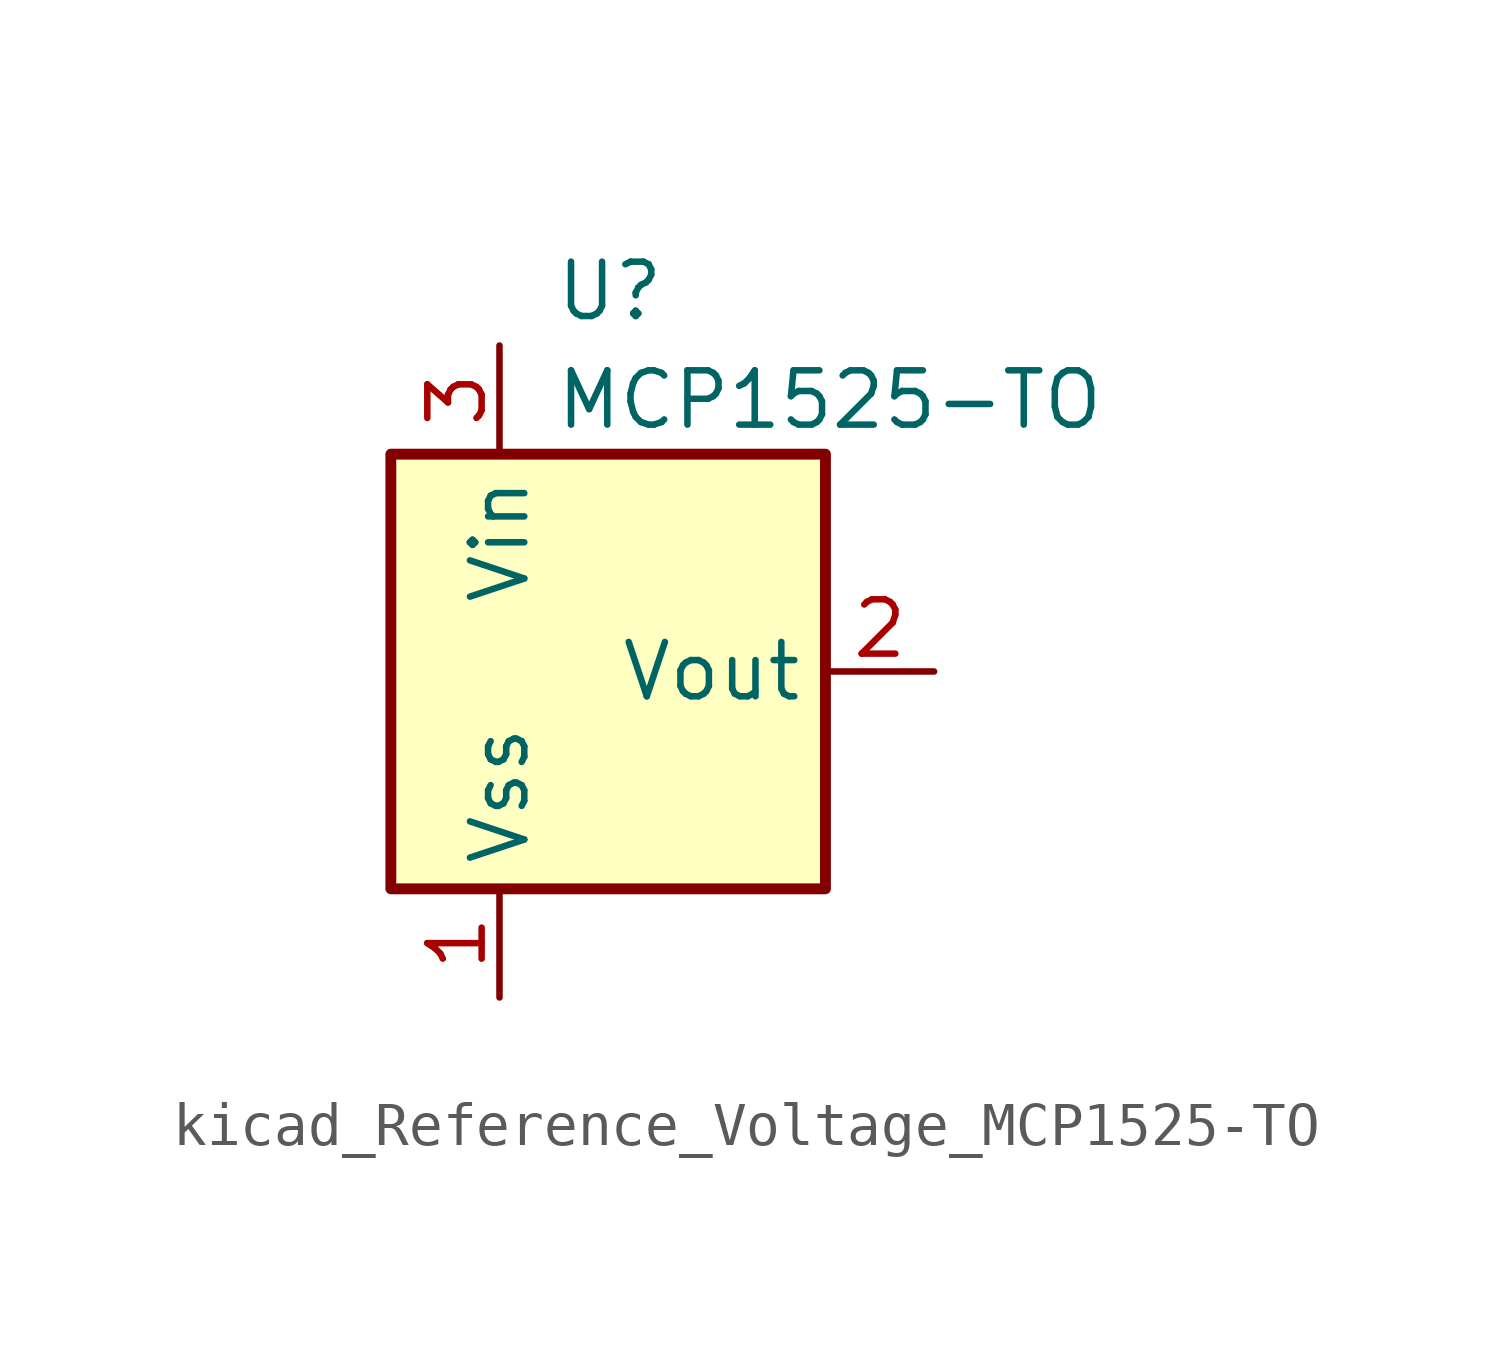
<source format=kicad_sym>
(kicad_symbol_lib
  (version 20220914)
  (generator kicad_symbol_editor)
  (symbol "kicad_Reference_Voltage_MCP1525-TO"
    (property "Reference" "U"
      (at 1.27 8.89 0)
      (effects (font (size 1.27 1.27)) (justify left)))
    (property "Value" "MCP1525-TO"
      (at 1.27 6.35 0)
      (effects (font (size 1.27 1.27)) (justify left)))
    (symbol "kicad_Reference_Voltage_MCP1525-TO_0_1"
      (rectangle (start -2.54 5.08) (end 7.62 -5.08) (stroke (width 0.254) (type default)) (fill (type background))))
    (symbol "kicad_Reference_Voltage_MCP1525-TO_1_1"
      (pin power_in line (at 0 -7.62 90) (length 2.54) (name "Vss" (effects (font (size 1.27 1.27)))) (number "1" (effects (font (size 1.27 1.27)))))
      (pin power_out line (at 10.16 0 180) (length 2.54) (name "Vout" (effects (font (size 1.27 1.27)))) (number "2" (effects (font (size 1.27 1.27)))))
      (pin power_in line (at 0 7.62 270) (length 2.54) (name "Vin" (effects (font (size 1.27 1.27)))) (number "3" (effects (font (size 1.27 1.27))))))))
</source>
